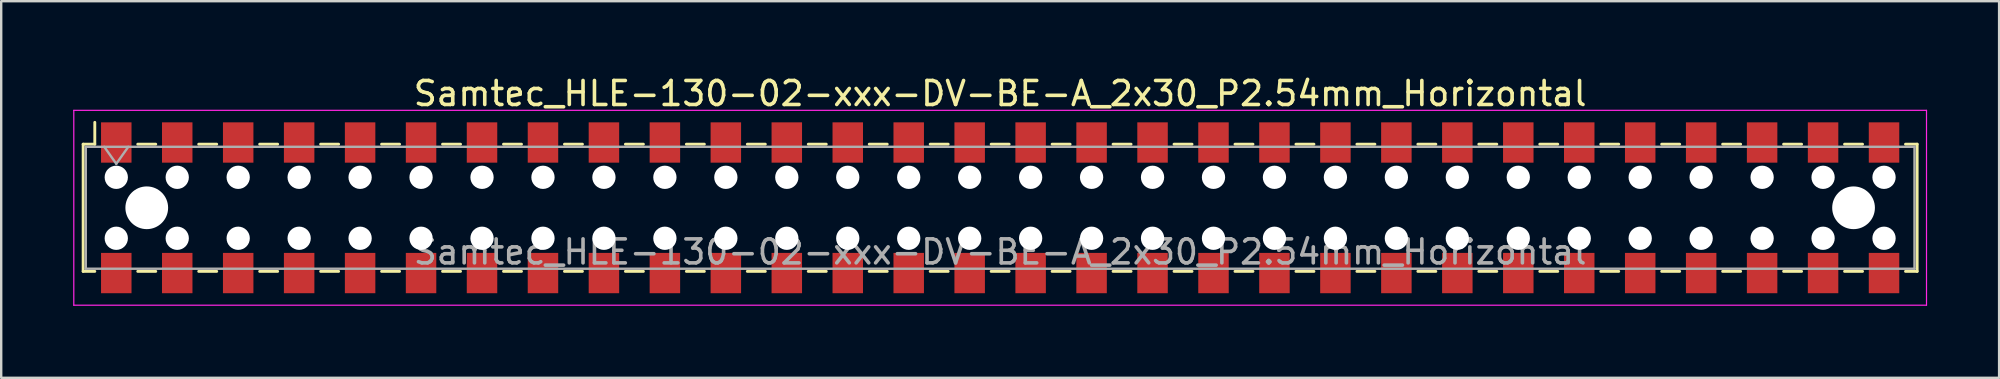
<source format=kicad_pcb>
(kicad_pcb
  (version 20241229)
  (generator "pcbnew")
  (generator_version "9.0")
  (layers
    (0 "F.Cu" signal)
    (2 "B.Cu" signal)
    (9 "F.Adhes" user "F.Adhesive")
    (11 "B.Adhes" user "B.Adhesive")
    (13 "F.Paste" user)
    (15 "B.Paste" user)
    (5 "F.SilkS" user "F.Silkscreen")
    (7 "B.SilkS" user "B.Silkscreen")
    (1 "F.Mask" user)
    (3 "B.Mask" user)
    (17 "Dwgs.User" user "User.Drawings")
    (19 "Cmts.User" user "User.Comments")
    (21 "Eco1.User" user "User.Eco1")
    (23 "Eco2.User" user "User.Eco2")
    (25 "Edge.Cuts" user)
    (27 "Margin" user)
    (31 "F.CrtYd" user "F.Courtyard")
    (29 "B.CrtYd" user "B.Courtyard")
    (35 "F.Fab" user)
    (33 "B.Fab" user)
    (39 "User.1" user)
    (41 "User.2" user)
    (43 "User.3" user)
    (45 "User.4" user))
  (footprint "Samtec_HLE-130-02-xxx-DV-BE-A_2x30_P2.54mm_Horizontal"
    (layer "F.Cu")
    (at 38.625 5.608)
    (property "Reference" "Samtec_HLE-130-02-xxx-DV-BE-A_2x30_P2.54mm_Horizontal" (at 0 -4.76 0) (layer "F.SilkS") (effects (font (size 1 1) (thickness 0.15))))
    (attr smd)
    (fp_line (start -38.21 -2.65) (end -38.21 2.65) (stroke (width 0.12) (type solid)) (layer "F.SilkS"))
    (fp_line (start -38.21 2.65) (end -37.725 2.65) (stroke (width 0.12) (type solid)) (layer "F.SilkS"))
    (fp_line (start -37.725 -3.56) (end -37.725 -2.65) (stroke (width 0.12) (type solid)) (layer "F.SilkS"))
    (fp_line (start -37.725 -2.65) (end -38.21 -2.65) (stroke (width 0.12) (type solid)) (layer "F.SilkS"))
    (fp_line (start -35.935 -2.65) (end -35.185 -2.65) (stroke (width 0.12) (type solid)) (layer "F.SilkS"))
    (fp_line (start -35.935 2.65) (end -35.185 2.65) (stroke (width 0.12) (type solid)) (layer "F.SilkS"))
    (fp_line (start -33.395 -2.65) (end -32.645 -2.65) (stroke (width 0.12) (type solid)) (layer "F.SilkS"))
    (fp_line (start -33.395 2.65) (end -32.645 2.65) (stroke (width 0.12) (type solid)) (layer "F.SilkS"))
    (fp_line (start -30.855 -2.65) (end -30.105 -2.65) (stroke (width 0.12) (type solid)) (layer "F.SilkS"))
    (fp_line (start -30.855 2.65) (end -30.105 2.65) (stroke (width 0.12) (type solid)) (layer "F.SilkS"))
    (fp_line (start -28.315 -2.65) (end -27.565 -2.65) (stroke (width 0.12) (type solid)) (layer "F.SilkS"))
    (fp_line (start -28.315 2.65) (end -27.565 2.65) (stroke (width 0.12) (type solid)) (layer "F.SilkS"))
    (fp_line (start -25.775 -2.65) (end -25.025 -2.65) (stroke (width 0.12) (type solid)) (layer "F.SilkS"))
    (fp_line (start -25.775 2.65) (end -25.025 2.65) (stroke (width 0.12) (type solid)) (layer "F.SilkS"))
    (fp_line (start -23.235 -2.65) (end -22.485 -2.65) (stroke (width 0.12) (type solid)) (layer "F.SilkS"))
    (fp_line (start -23.235 2.65) (end -22.485 2.65) (stroke (width 0.12) (type solid)) (layer "F.SilkS"))
    (fp_line (start -20.695 -2.65) (end -19.945 -2.65) (stroke (width 0.12) (type solid)) (layer "F.SilkS"))
    (fp_line (start -20.695 2.65) (end -19.945 2.65) (stroke (width 0.12) (type solid)) (layer "F.SilkS"))
    (fp_line (start -18.155 -2.65) (end -17.405 -2.65) (stroke (width 0.12) (type solid)) (layer "F.SilkS"))
    (fp_line (start -18.155 2.65) (end -17.405 2.65) (stroke (width 0.12) (type solid)) (layer "F.SilkS"))
    (fp_line (start -15.615 -2.65) (end -14.865 -2.65) (stroke (width 0.12) (type solid)) (layer "F.SilkS"))
    (fp_line (start -15.615 2.65) (end -14.865 2.65) (stroke (width 0.12) (type solid)) (layer "F.SilkS"))
    (fp_line (start -13.075 -2.65) (end -12.325 -2.65) (stroke (width 0.12) (type solid)) (layer "F.SilkS"))
    (fp_line (start -13.075 2.65) (end -12.325 2.65) (stroke (width 0.12) (type solid)) (layer "F.SilkS"))
    (fp_line (start -10.535 -2.65) (end -9.785 -2.65) (stroke (width 0.12) (type solid)) (layer "F.SilkS"))
    (fp_line (start -10.535 2.65) (end -9.785 2.65) (stroke (width 0.12) (type solid)) (layer "F.SilkS"))
    (fp_line (start -7.995 -2.65) (end -7.245 -2.65) (stroke (width 0.12) (type solid)) (layer "F.SilkS"))
    (fp_line (start -7.995 2.65) (end -7.245 2.65) (stroke (width 0.12) (type solid)) (layer "F.SilkS"))
    (fp_line (start -5.455 -2.65) (end -4.705 -2.65) (stroke (width 0.12) (type solid)) (layer "F.SilkS"))
    (fp_line (start -5.455 2.65) (end -4.705 2.65) (stroke (width 0.12) (type solid)) (layer "F.SilkS"))
    (fp_line (start -2.915 -2.65) (end -2.165 -2.65) (stroke (width 0.12) (type solid)) (layer "F.SilkS"))
    (fp_line (start -2.915 2.65) (end -2.165 2.65) (stroke (width 0.12) (type solid)) (layer "F.SilkS"))
    (fp_line (start -0.375 -2.65) (end 0.375 -2.65) (stroke (width 0.12) (type solid)) (layer "F.SilkS"))
    (fp_line (start -0.375 2.65) (end 0.375 2.65) (stroke (width 0.12) (type solid)) (layer "F.SilkS"))
    (fp_line (start 2.165 -2.65) (end 2.915 -2.65) (stroke (width 0.12) (type solid)) (layer "F.SilkS"))
    (fp_line (start 2.165 2.65) (end 2.915 2.65) (stroke (width 0.12) (type solid)) (layer "F.SilkS"))
    (fp_line (start 4.705 -2.65) (end 5.455 -2.65) (stroke (width 0.12) (type solid)) (layer "F.SilkS"))
    (fp_line (start 4.705 2.65) (end 5.455 2.65) (stroke (width 0.12) (type solid)) (layer "F.SilkS"))
    (fp_line (start 7.245 -2.65) (end 7.995 -2.65) (stroke (width 0.12) (type solid)) (layer "F.SilkS"))
    (fp_line (start 7.245 2.65) (end 7.995 2.65) (stroke (width 0.12) (type solid)) (layer "F.SilkS"))
    (fp_line (start 9.785 -2.65) (end 10.535 -2.65) (stroke (width 0.12) (type solid)) (layer "F.SilkS"))
    (fp_line (start 9.785 2.65) (end 10.535 2.65) (stroke (width 0.12) (type solid)) (layer "F.SilkS"))
    (fp_line (start 12.325 -2.65) (end 13.075 -2.65) (stroke (width 0.12) (type solid)) (layer "F.SilkS"))
    (fp_line (start 12.325 2.65) (end 13.075 2.65) (stroke (width 0.12) (type solid)) (layer "F.SilkS"))
    (fp_line (start 14.865 -2.65) (end 15.615 -2.65) (stroke (width 0.12) (type solid)) (layer "F.SilkS"))
    (fp_line (start 14.865 2.65) (end 15.615 2.65) (stroke (width 0.12) (type solid)) (layer "F.SilkS"))
    (fp_line (start 17.405 -2.65) (end 18.155 -2.65) (stroke (width 0.12) (type solid)) (layer "F.SilkS"))
    (fp_line (start 17.405 2.65) (end 18.155 2.65) (stroke (width 0.12) (type solid)) (layer "F.SilkS"))
    (fp_line (start 19.945 -2.65) (end 20.695 -2.65) (stroke (width 0.12) (type solid)) (layer "F.SilkS"))
    (fp_line (start 19.945 2.65) (end 20.695 2.65) (stroke (width 0.12) (type solid)) (layer "F.SilkS"))
    (fp_line (start 22.485 -2.65) (end 23.235 -2.65) (stroke (width 0.12) (type solid)) (layer "F.SilkS"))
    (fp_line (start 22.485 2.65) (end 23.235 2.65) (stroke (width 0.12) (type solid)) (layer "F.SilkS"))
    (fp_line (start 25.025 -2.65) (end 25.775 -2.65) (stroke (width 0.12) (type solid)) (layer "F.SilkS"))
    (fp_line (start 25.025 2.65) (end 25.775 2.65) (stroke (width 0.12) (type solid)) (layer "F.SilkS"))
    (fp_line (start 27.565 -2.65) (end 28.315 -2.65) (stroke (width 0.12) (type solid)) (layer "F.SilkS"))
    (fp_line (start 27.565 2.65) (end 28.315 2.65) (stroke (width 0.12) (type solid)) (layer "F.SilkS"))
    (fp_line (start 30.105 -2.65) (end 30.855 -2.65) (stroke (width 0.12) (type solid)) (layer "F.SilkS"))
    (fp_line (start 30.105 2.65) (end 30.855 2.65) (stroke (width 0.12) (type solid)) (layer "F.SilkS"))
    (fp_line (start 32.645 -2.65) (end 33.395 -2.65) (stroke (width 0.12) (type solid)) (layer "F.SilkS"))
    (fp_line (start 32.645 2.65) (end 33.395 2.65) (stroke (width 0.12) (type solid)) (layer "F.SilkS"))
    (fp_line (start 35.185 -2.65) (end 35.935 -2.65) (stroke (width 0.12) (type solid)) (layer "F.SilkS"))
    (fp_line (start 35.185 2.65) (end 35.935 2.65) (stroke (width 0.12) (type solid)) (layer "F.SilkS"))
    (fp_line (start 37.725 -2.65) (end 38.21 -2.65) (stroke (width 0.12) (type solid)) (layer "F.SilkS"))
    (fp_line (start 38.21 -2.65) (end 38.21 2.65) (stroke (width 0.12) (type solid)) (layer "F.SilkS"))
    (fp_line (start 38.21 2.65) (end 37.725 2.65) (stroke (width 0.12) (type solid)) (layer "F.SilkS"))
    (fp_line (start -38.6 -4.06) (end 38.6 -4.06) (stroke (width 0.05) (type solid)) (layer "F.CrtYd"))
    (fp_line (start -38.6 4.06) (end -38.6 -4.06) (stroke (width 0.05) (type solid)) (layer "F.CrtYd"))
    (fp_line (start 38.6 -4.06) (end 38.6 4.06) (stroke (width 0.05) (type solid)) (layer "F.CrtYd"))
    (fp_line (start 38.6 4.06) (end -38.6 4.06) (stroke (width 0.05) (type solid)) (layer "F.CrtYd"))
    (fp_line (start -38.1 -2.54) (end 38.1 -2.54) (stroke (width 0.1) (type solid)) (layer "F.Fab"))
    (fp_line (start -38.1 2.54) (end -38.1 -2.54) (stroke (width 0.1) (type solid)) (layer "F.Fab"))
    (fp_line (start -37.33 -2.54) (end -36.83 -1.833) (stroke (width 0.1) (type solid)) (layer "F.Fab"))
    (fp_line (start -36.83 -1.833) (end -36.33 -2.54) (stroke (width 0.1) (type solid)) (layer "F.Fab"))
    (fp_line (start 38.1 -2.54) (end 38.1 2.54) (stroke (width 0.1) (type solid)) (layer "F.Fab"))
    (fp_line (start 38.1 2.54) (end -38.1 2.54) (stroke (width 0.1) (type solid)) (layer "F.Fab"))
    (fp_text user "${REFERENCE}" (at 0 1.84 0) (layer "F.Fab") (effects (font (size 1 1) (thickness 0.15))))
    (pad "" np_thru_hole circle (at -36.83 -1.27) (size 0.97 0.97) (drill 0.97) (layers "*.Cu" "*.Mask"))
    (pad "" np_thru_hole circle (at -36.83 1.27) (size 0.97 0.97) (drill 0.97) (layers "*.Cu" "*.Mask"))
    (pad "" np_thru_hole circle (at -35.56 0) (size 1.78 1.78) (drill 1.78) (layers "*.Cu" "*.Mask"))
    (pad "" np_thru_hole circle (at -34.29 -1.27) (size 0.97 0.97) (drill 0.97) (layers "*.Cu" "*.Mask"))
    (pad "" np_thru_hole circle (at -34.29 1.27) (size 0.97 0.97) (drill 0.97) (layers "*.Cu" "*.Mask"))
    (pad "" np_thru_hole circle (at -31.75 -1.27) (size 0.97 0.97) (drill 0.97) (layers "*.Cu" "*.Mask"))
    (pad "" np_thru_hole circle (at -31.75 1.27) (size 0.97 0.97) (drill 0.97) (layers "*.Cu" "*.Mask"))
    (pad "" np_thru_hole circle (at -29.21 -1.27) (size 0.97 0.97) (drill 0.97) (layers "*.Cu" "*.Mask"))
    (pad "" np_thru_hole circle (at -29.21 1.27) (size 0.97 0.97) (drill 0.97) (layers "*.Cu" "*.Mask"))
    (pad "" np_thru_hole circle (at -26.67 -1.27) (size 0.97 0.97) (drill 0.97) (layers "*.Cu" "*.Mask"))
    (pad "" np_thru_hole circle (at -26.67 1.27) (size 0.97 0.97) (drill 0.97) (layers "*.Cu" "*.Mask"))
    (pad "" np_thru_hole circle (at -24.13 -1.27) (size 0.97 0.97) (drill 0.97) (layers "*.Cu" "*.Mask"))
    (pad "" np_thru_hole circle (at -24.13 1.27) (size 0.97 0.97) (drill 0.97) (layers "*.Cu" "*.Mask"))
    (pad "" np_thru_hole circle (at -21.59 -1.27) (size 0.97 0.97) (drill 0.97) (layers "*.Cu" "*.Mask"))
    (pad "" np_thru_hole circle (at -21.59 1.27) (size 0.97 0.97) (drill 0.97) (layers "*.Cu" "*.Mask"))
    (pad "" np_thru_hole circle (at -19.05 -1.27) (size 0.97 0.97) (drill 0.97) (layers "*.Cu" "*.Mask"))
    (pad "" np_thru_hole circle (at -19.05 1.27) (size 0.97 0.97) (drill 0.97) (layers "*.Cu" "*.Mask"))
    (pad "" np_thru_hole circle (at -16.51 -1.27) (size 0.97 0.97) (drill 0.97) (layers "*.Cu" "*.Mask"))
    (pad "" np_thru_hole circle (at -16.51 1.27) (size 0.97 0.97) (drill 0.97) (layers "*.Cu" "*.Mask"))
    (pad "" np_thru_hole circle (at -13.97 -1.27) (size 0.97 0.97) (drill 0.97) (layers "*.Cu" "*.Mask"))
    (pad "" np_thru_hole circle (at -13.97 1.27) (size 0.97 0.97) (drill 0.97) (layers "*.Cu" "*.Mask"))
    (pad "" np_thru_hole circle (at -11.43 -1.27) (size 0.97 0.97) (drill 0.97) (layers "*.Cu" "*.Mask"))
    (pad "" np_thru_hole circle (at -11.43 1.27) (size 0.97 0.97) (drill 0.97) (layers "*.Cu" "*.Mask"))
    (pad "" np_thru_hole circle (at -8.89 -1.27) (size 0.97 0.97) (drill 0.97) (layers "*.Cu" "*.Mask"))
    (pad "" np_thru_hole circle (at -8.89 1.27) (size 0.97 0.97) (drill 0.97) (layers "*.Cu" "*.Mask"))
    (pad "" np_thru_hole circle (at -6.35 -1.27) (size 0.97 0.97) (drill 0.97) (layers "*.Cu" "*.Mask"))
    (pad "" np_thru_hole circle (at -6.35 1.27) (size 0.97 0.97) (drill 0.97) (layers "*.Cu" "*.Mask"))
    (pad "" np_thru_hole circle (at -3.81 -1.27) (size 0.97 0.97) (drill 0.97) (layers "*.Cu" "*.Mask"))
    (pad "" np_thru_hole circle (at -3.81 1.27) (size 0.97 0.97) (drill 0.97) (layers "*.Cu" "*.Mask"))
    (pad "" np_thru_hole circle (at -1.27 -1.27) (size 0.97 0.97) (drill 0.97) (layers "*.Cu" "*.Mask"))
    (pad "" np_thru_hole circle (at -1.27 1.27) (size 0.97 0.97) (drill 0.97) (layers "*.Cu" "*.Mask"))
    (pad "" np_thru_hole circle (at 1.27 -1.27) (size 0.97 0.97) (drill 0.97) (layers "*.Cu" "*.Mask"))
    (pad "" np_thru_hole circle (at 1.27 1.27) (size 0.97 0.97) (drill 0.97) (layers "*.Cu" "*.Mask"))
    (pad "" np_thru_hole circle (at 3.81 -1.27) (size 0.97 0.97) (drill 0.97) (layers "*.Cu" "*.Mask"))
    (pad "" np_thru_hole circle (at 3.81 1.27) (size 0.97 0.97) (drill 0.97) (layers "*.Cu" "*.Mask"))
    (pad "" np_thru_hole circle (at 6.35 -1.27) (size 0.97 0.97) (drill 0.97) (layers "*.Cu" "*.Mask"))
    (pad "" np_thru_hole circle (at 6.35 1.27) (size 0.97 0.97) (drill 0.97) (layers "*.Cu" "*.Mask"))
    (pad "" np_thru_hole circle (at 8.89 -1.27) (size 0.97 0.97) (drill 0.97) (layers "*.Cu" "*.Mask"))
    (pad "" np_thru_hole circle (at 8.89 1.27) (size 0.97 0.97) (drill 0.97) (layers "*.Cu" "*.Mask"))
    (pad "" np_thru_hole circle (at 11.43 -1.27) (size 0.97 0.97) (drill 0.97) (layers "*.Cu" "*.Mask"))
    (pad "" np_thru_hole circle (at 11.43 1.27) (size 0.97 0.97) (drill 0.97) (layers "*.Cu" "*.Mask"))
    (pad "" np_thru_hole circle (at 13.97 -1.27) (size 0.97 0.97) (drill 0.97) (layers "*.Cu" "*.Mask"))
    (pad "" np_thru_hole circle (at 13.97 1.27) (size 0.97 0.97) (drill 0.97) (layers "*.Cu" "*.Mask"))
    (pad "" np_thru_hole circle (at 16.51 -1.27) (size 0.97 0.97) (drill 0.97) (layers "*.Cu" "*.Mask"))
    (pad "" np_thru_hole circle (at 16.51 1.27) (size 0.97 0.97) (drill 0.97) (layers "*.Cu" "*.Mask"))
    (pad "" np_thru_hole circle (at 19.05 -1.27) (size 0.97 0.97) (drill 0.97) (layers "*.Cu" "*.Mask"))
    (pad "" np_thru_hole circle (at 19.05 1.27) (size 0.97 0.97) (drill 0.97) (layers "*.Cu" "*.Mask"))
    (pad "" np_thru_hole circle (at 21.59 -1.27) (size 0.97 0.97) (drill 0.97) (layers "*.Cu" "*.Mask"))
    (pad "" np_thru_hole circle (at 21.59 1.27) (size 0.97 0.97) (drill 0.97) (layers "*.Cu" "*.Mask"))
    (pad "" np_thru_hole circle (at 24.13 -1.27) (size 0.97 0.97) (drill 0.97) (layers "*.Cu" "*.Mask"))
    (pad "" np_thru_hole circle (at 24.13 1.27) (size 0.97 0.97) (drill 0.97) (layers "*.Cu" "*.Mask"))
    (pad "" np_thru_hole circle (at 26.67 -1.27) (size 0.97 0.97) (drill 0.97) (layers "*.Cu" "*.Mask"))
    (pad "" np_thru_hole circle (at 26.67 1.27) (size 0.97 0.97) (drill 0.97) (layers "*.Cu" "*.Mask"))
    (pad "" np_thru_hole circle (at 29.21 -1.27) (size 0.97 0.97) (drill 0.97) (layers "*.Cu" "*.Mask"))
    (pad "" np_thru_hole circle (at 29.21 1.27) (size 0.97 0.97) (drill 0.97) (layers "*.Cu" "*.Mask"))
    (pad "" np_thru_hole circle (at 31.75 -1.27) (size 0.97 0.97) (drill 0.97) (layers "*.Cu" "*.Mask"))
    (pad "" np_thru_hole circle (at 31.75 1.27) (size 0.97 0.97) (drill 0.97) (layers "*.Cu" "*.Mask"))
    (pad "" np_thru_hole circle (at 34.29 -1.27) (size 0.97 0.97) (drill 0.97) (layers "*.Cu" "*.Mask"))
    (pad "" np_thru_hole circle (at 34.29 1.27) (size 0.97 0.97) (drill 0.97) (layers "*.Cu" "*.Mask"))
    (pad "" np_thru_hole circle (at 35.56 0) (size 1.78 1.78) (drill 1.78) (layers "*.Cu" "*.Mask"))
    (pad "" np_thru_hole circle (at 36.83 -1.27) (size 0.97 0.97) (drill 0.97) (layers "*.Cu" "*.Mask"))
    (pad "" np_thru_hole circle (at 36.83 1.27) (size 0.97 0.97) (drill 0.97) (layers "*.Cu" "*.Mask"))
    (pad "1" smd rect (at -36.83 -2.72) (size 1.27 1.68) (layers "F.Cu" "F.Mask" "F.Paste"))
    (pad "2" smd rect (at -36.83 2.72) (size 1.27 1.68) (layers "F.Cu" "F.Mask" "F.Paste"))
    (pad "3" smd rect (at -34.29 -2.72) (size 1.27 1.68) (layers "F.Cu" "F.Mask" "F.Paste"))
    (pad "4" smd rect (at -34.29 2.72) (size 1.27 1.68) (layers "F.Cu" "F.Mask" "F.Paste"))
    (pad "5" smd rect (at -31.75 -2.72) (size 1.27 1.68) (layers "F.Cu" "F.Mask" "F.Paste"))
    (pad "6" smd rect (at -31.75 2.72) (size 1.27 1.68) (layers "F.Cu" "F.Mask" "F.Paste"))
    (pad "7" smd rect (at -29.21 -2.72) (size 1.27 1.68) (layers "F.Cu" "F.Mask" "F.Paste"))
    (pad "8" smd rect (at -29.21 2.72) (size 1.27 1.68) (layers "F.Cu" "F.Mask" "F.Paste"))
    (pad "9" smd rect (at -26.67 -2.72) (size 1.27 1.68) (layers "F.Cu" "F.Mask" "F.Paste"))
    (pad "10" smd rect (at -26.67 2.72) (size 1.27 1.68) (layers "F.Cu" "F.Mask" "F.Paste"))
    (pad "11" smd rect (at -24.13 -2.72) (size 1.27 1.68) (layers "F.Cu" "F.Mask" "F.Paste"))
    (pad "12" smd rect (at -24.13 2.72) (size 1.27 1.68) (layers "F.Cu" "F.Mask" "F.Paste"))
    (pad "13" smd rect (at -21.59 -2.72) (size 1.27 1.68) (layers "F.Cu" "F.Mask" "F.Paste"))
    (pad "14" smd rect (at -21.59 2.72) (size 1.27 1.68) (layers "F.Cu" "F.Mask" "F.Paste"))
    (pad "15" smd rect (at -19.05 -2.72) (size 1.27 1.68) (layers "F.Cu" "F.Mask" "F.Paste"))
    (pad "16" smd rect (at -19.05 2.72) (size 1.27 1.68) (layers "F.Cu" "F.Mask" "F.Paste"))
    (pad "17" smd rect (at -16.51 -2.72) (size 1.27 1.68) (layers "F.Cu" "F.Mask" "F.Paste"))
    (pad "18" smd rect (at -16.51 2.72) (size 1.27 1.68) (layers "F.Cu" "F.Mask" "F.Paste"))
    (pad "19" smd rect (at -13.97 -2.72) (size 1.27 1.68) (layers "F.Cu" "F.Mask" "F.Paste"))
    (pad "20" smd rect (at -13.97 2.72) (size 1.27 1.68) (layers "F.Cu" "F.Mask" "F.Paste"))
    (pad "21" smd rect (at -11.43 -2.72) (size 1.27 1.68) (layers "F.Cu" "F.Mask" "F.Paste"))
    (pad "22" smd rect (at -11.43 2.72) (size 1.27 1.68) (layers "F.Cu" "F.Mask" "F.Paste"))
    (pad "23" smd rect (at -8.89 -2.72) (size 1.27 1.68) (layers "F.Cu" "F.Mask" "F.Paste"))
    (pad "24" smd rect (at -8.89 2.72) (size 1.27 1.68) (layers "F.Cu" "F.Mask" "F.Paste"))
    (pad "25" smd rect (at -6.35 -2.72) (size 1.27 1.68) (layers "F.Cu" "F.Mask" "F.Paste"))
    (pad "26" smd rect (at -6.35 2.72) (size 1.27 1.68) (layers "F.Cu" "F.Mask" "F.Paste"))
    (pad "27" smd rect (at -3.81 -2.72) (size 1.27 1.68) (layers "F.Cu" "F.Mask" "F.Paste"))
    (pad "28" smd rect (at -3.81 2.72) (size 1.27 1.68) (layers "F.Cu" "F.Mask" "F.Paste"))
    (pad "29" smd rect (at -1.27 -2.72) (size 1.27 1.68) (layers "F.Cu" "F.Mask" "F.Paste"))
    (pad "30" smd rect (at -1.27 2.72) (size 1.27 1.68) (layers "F.Cu" "F.Mask" "F.Paste"))
    (pad "31" smd rect (at 1.27 -2.72) (size 1.27 1.68) (layers "F.Cu" "F.Mask" "F.Paste"))
    (pad "32" smd rect (at 1.27 2.72) (size 1.27 1.68) (layers "F.Cu" "F.Mask" "F.Paste"))
    (pad "33" smd rect (at 3.81 -2.72) (size 1.27 1.68) (layers "F.Cu" "F.Mask" "F.Paste"))
    (pad "34" smd rect (at 3.81 2.72) (size 1.27 1.68) (layers "F.Cu" "F.Mask" "F.Paste"))
    (pad "35" smd rect (at 6.35 -2.72) (size 1.27 1.68) (layers "F.Cu" "F.Mask" "F.Paste"))
    (pad "36" smd rect (at 6.35 2.72) (size 1.27 1.68) (layers "F.Cu" "F.Mask" "F.Paste"))
    (pad "37" smd rect (at 8.89 -2.72) (size 1.27 1.68) (layers "F.Cu" "F.Mask" "F.Paste"))
    (pad "38" smd rect (at 8.89 2.72) (size 1.27 1.68) (layers "F.Cu" "F.Mask" "F.Paste"))
    (pad "39" smd rect (at 11.43 -2.72) (size 1.27 1.68) (layers "F.Cu" "F.Mask" "F.Paste"))
    (pad "40" smd rect (at 11.43 2.72) (size 1.27 1.68) (layers "F.Cu" "F.Mask" "F.Paste"))
    (pad "41" smd rect (at 13.97 -2.72) (size 1.27 1.68) (layers "F.Cu" "F.Mask" "F.Paste"))
    (pad "42" smd rect (at 13.97 2.72) (size 1.27 1.68) (layers "F.Cu" "F.Mask" "F.Paste"))
    (pad "43" smd rect (at 16.51 -2.72) (size 1.27 1.68) (layers "F.Cu" "F.Mask" "F.Paste"))
    (pad "44" smd rect (at 16.51 2.72) (size 1.27 1.68) (layers "F.Cu" "F.Mask" "F.Paste"))
    (pad "45" smd rect (at 19.05 -2.72) (size 1.27 1.68) (layers "F.Cu" "F.Mask" "F.Paste"))
    (pad "46" smd rect (at 19.05 2.72) (size 1.27 1.68) (layers "F.Cu" "F.Mask" "F.Paste"))
    (pad "47" smd rect (at 21.59 -2.72) (size 1.27 1.68) (layers "F.Cu" "F.Mask" "F.Paste"))
    (pad "48" smd rect (at 21.59 2.72) (size 1.27 1.68) (layers "F.Cu" "F.Mask" "F.Paste"))
    (pad "49" smd rect (at 24.13 -2.72) (size 1.27 1.68) (layers "F.Cu" "F.Mask" "F.Paste"))
    (pad "50" smd rect (at 24.13 2.72) (size 1.27 1.68) (layers "F.Cu" "F.Mask" "F.Paste"))
    (pad "51" smd rect (at 26.67 -2.72) (size 1.27 1.68) (layers "F.Cu" "F.Mask" "F.Paste"))
    (pad "52" smd rect (at 26.67 2.72) (size 1.27 1.68) (layers "F.Cu" "F.Mask" "F.Paste"))
    (pad "53" smd rect (at 29.21 -2.72) (size 1.27 1.68) (layers "F.Cu" "F.Mask" "F.Paste"))
    (pad "54" smd rect (at 29.21 2.72) (size 1.27 1.68) (layers "F.Cu" "F.Mask" "F.Paste"))
    (pad "55" smd rect (at 31.75 -2.72) (size 1.27 1.68) (layers "F.Cu" "F.Mask" "F.Paste"))
    (pad "56" smd rect (at 31.75 2.72) (size 1.27 1.68) (layers "F.Cu" "F.Mask" "F.Paste"))
    (pad "57" smd rect (at 34.29 -2.72) (size 1.27 1.68) (layers "F.Cu" "F.Mask" "F.Paste"))
    (pad "58" smd rect (at 34.29 2.72) (size 1.27 1.68) (layers "F.Cu" "F.Mask" "F.Paste"))
    (pad "59" smd rect (at 36.83 -2.72) (size 1.27 1.68) (layers "F.Cu" "F.Mask" "F.Paste"))
    (pad "60" smd rect (at 36.83 2.72) (size 1.27 1.68) (layers "F.Cu" "F.Mask" "F.Paste")))
  (gr_rect
    (start -3 -3)
    (end 80.25 12.693)
    (stroke (width 0.1) (type default))
    (fill no)
    (layer "Edge.Cuts")))
</source>
